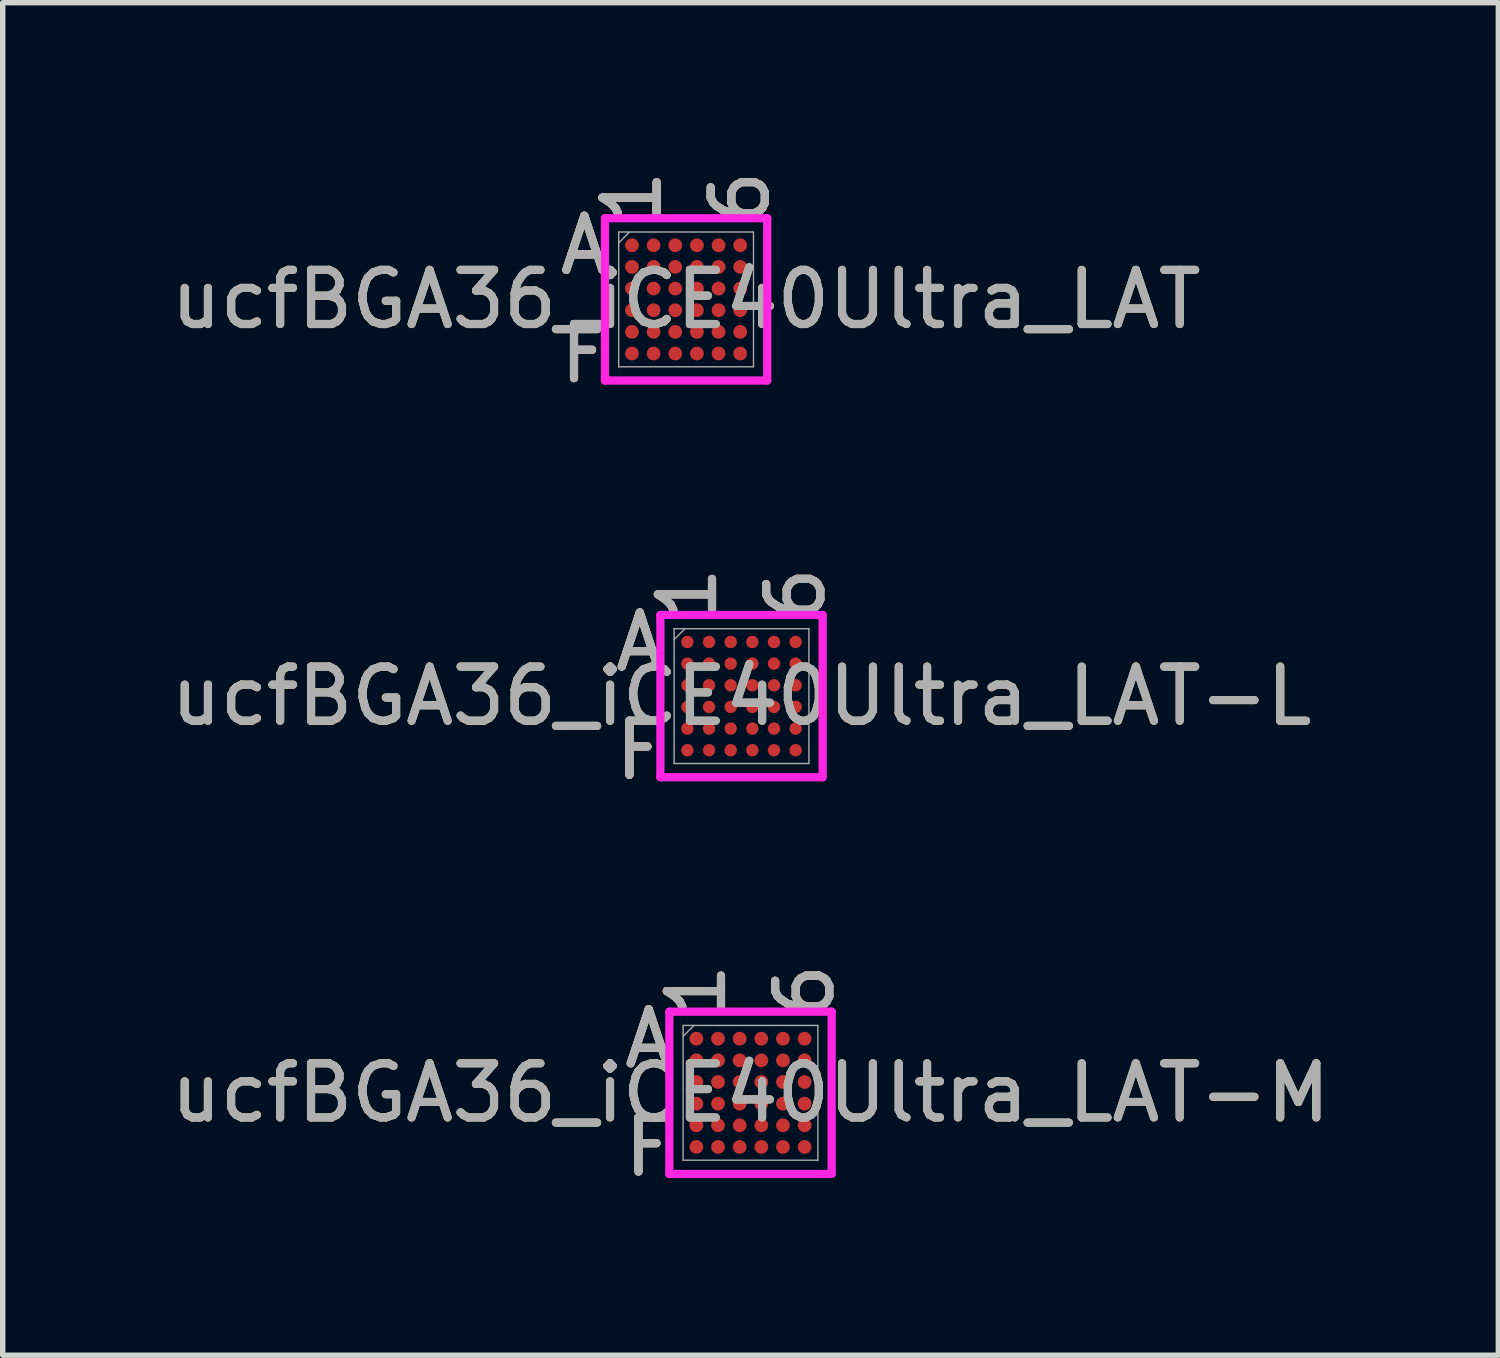
<source format=kicad_pcb>
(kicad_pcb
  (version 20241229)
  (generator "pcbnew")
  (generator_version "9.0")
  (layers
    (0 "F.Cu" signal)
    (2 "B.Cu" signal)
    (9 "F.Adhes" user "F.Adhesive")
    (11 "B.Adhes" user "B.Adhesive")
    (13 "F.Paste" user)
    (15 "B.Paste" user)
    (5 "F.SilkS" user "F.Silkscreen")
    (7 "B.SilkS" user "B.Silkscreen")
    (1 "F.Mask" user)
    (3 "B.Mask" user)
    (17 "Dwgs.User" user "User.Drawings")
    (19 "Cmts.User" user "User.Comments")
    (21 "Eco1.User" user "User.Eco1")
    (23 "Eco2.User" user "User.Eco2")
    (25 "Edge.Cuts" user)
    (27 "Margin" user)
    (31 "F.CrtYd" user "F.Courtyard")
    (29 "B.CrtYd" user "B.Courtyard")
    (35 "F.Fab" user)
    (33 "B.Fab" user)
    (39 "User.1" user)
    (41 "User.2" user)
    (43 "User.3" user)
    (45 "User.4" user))
  (footprint "ucfBGA36_iCE40Ultra_LAT-L"
    (layer "F.Cu")
    (at 10.649 9.81)
    (property "Reference" "ucfBGA36_iCE40Ultra_LAT-L" (at 0 0 0) (unlocked yes) (layer "F.SilkS") (effects (font (size 1 1) (thickness 0.15))))
    (attr smd)
    (fp_poly (pts (xy -1.645 -1.645) (xy 1.645 -1.645) (xy 1.645 1.645) (xy -1.645 1.645)) (stroke (width 0.1) (type solid)) (fill no) (layer "Eco2.User"))
    (fp_line (start -1.499 -1.499) (end 1.499 -1.499) (stroke (width 0.152) (type solid)) (layer "F.CrtYd"))
    (fp_line (start -1.499 1.499) (end -1.499 -1.499) (stroke (width 0.152) (type solid)) (layer "F.CrtYd"))
    (fp_line (start 1.499 -1.499) (end 1.499 1.499) (stroke (width 0.152) (type solid)) (layer "F.CrtYd"))
    (fp_line (start 1.499 1.499) (end -1.499 1.499) (stroke (width 0.152) (type solid)) (layer "F.CrtYd"))
    (fp_line (start -1.245 -1.245) (end -1.245 1.245) (stroke (width 0.025) (type solid)) (layer "F.Fab"))
    (fp_line (start -1.245 1.245) (end 1.245 1.245) (stroke (width 0.025) (type solid)) (layer "F.Fab"))
    (fp_line (start -1.045 -1.245) (end -1.245 -1.045) (stroke (width 0.025) (type solid)) (layer "F.Fab"))
    (fp_line (start 1.245 -1.245) (end -1.245 -1.245) (stroke (width 0.025) (type solid)) (layer "F.Fab"))
    (fp_line (start 1.245 1.245) (end 1.245 -1.245) (stroke (width 0.025) (type solid)) (layer "F.Fab"))
    (fp_text user "A" (at -1.88 -1 0) (unlocked yes) (layer "F.SilkS") (effects (font (size 1 1) (thickness 0.15))))
    (fp_text user "6" (at 1 -1.88 90) (unlocked yes) (layer "F.SilkS") (effects (font (size 1 1) (thickness 0.15))))
    (fp_text user "F" (at -1.88 1 0) (unlocked yes) (layer "F.SilkS") (effects (font (size 1 1) (thickness 0.15))))
    (fp_text user "1" (at -1 -1.88 90) (unlocked yes) (layer "F.SilkS") (effects (font (size 1 1) (thickness 0.15))))
    (fp_text user "F" (at -1.88 1 0) (unlocked yes) (layer "B.SilkS") (effects (font (size 1 1) (thickness 0.15))))
    (fp_text user "6" (at 1 -1.88 90) (unlocked yes) (layer "B.SilkS") (effects (font (size 1 1) (thickness 0.15))))
    (fp_text user "A" (at -1.88 -1 0) (unlocked yes) (layer "B.SilkS") (effects (font (size 1 1) (thickness 0.15))))
    (fp_text user "1" (at -1 -1.88 90) (unlocked yes) (layer "B.SilkS") (effects (font (size 1 1) (thickness 0.15))))
    (fp_text user "F" (at -1.88 1 0) (unlocked yes) (layer "F.Fab") (effects (font (size 1 1) (thickness 0.15))))
    (fp_text user "A" (at -1.88 -1 0) (unlocked yes) (layer "F.Fab") (effects (font (size 1 1) (thickness 0.15))))
    (fp_text user "1" (at -1 -1.88 90) (unlocked yes) (layer "F.Fab") (effects (font (size 1 1) (thickness 0.15))))
    (fp_text user "6" (at 1 -1.88 90) (unlocked yes) (layer "F.Fab") (effects (font (size 1 1) (thickness 0.15))))
    (fp_text user "${REFERENCE}" (at 0 0 0) (unlocked yes) (layer "F.Fab") (effects (font (size 1 1) (thickness 0.15))))
    (pad "A1" smd circle (at -1 -1) (size 0.229 0.229) (layers "F.Cu" "F.Mask" "F.Paste"))
    (pad "A2" smd circle (at -0.6 -1) (size 0.229 0.229) (layers "F.Cu" "F.Mask" "F.Paste"))
    (pad "A3" smd circle (at -0.2 -1) (size 0.229 0.229) (layers "F.Cu" "F.Mask" "F.Paste"))
    (pad "A4" smd circle (at 0.2 -1) (size 0.229 0.229) (layers "F.Cu" "F.Mask" "F.Paste"))
    (pad "A5" smd circle (at 0.6 -1) (size 0.229 0.229) (layers "F.Cu" "F.Mask" "F.Paste"))
    (pad "A6" smd circle (at 1 -1) (size 0.229 0.229) (layers "F.Cu" "F.Mask" "F.Paste"))
    (pad "B1" smd circle (at -1 -0.6) (size 0.229 0.229) (layers "F.Cu" "F.Mask" "F.Paste"))
    (pad "B2" smd circle (at -0.6 -0.6) (size 0.229 0.229) (layers "F.Cu" "F.Mask" "F.Paste"))
    (pad "B3" smd circle (at -0.2 -0.6) (size 0.229 0.229) (layers "F.Cu" "F.Mask" "F.Paste"))
    (pad "B4" smd circle (at 0.2 -0.6) (size 0.229 0.229) (layers "F.Cu" "F.Mask" "F.Paste"))
    (pad "B5" smd circle (at 0.6 -0.6) (size 0.229 0.229) (layers "F.Cu" "F.Mask" "F.Paste"))
    (pad "B6" smd circle (at 1 -0.6) (size 0.229 0.229) (layers "F.Cu" "F.Mask" "F.Paste"))
    (pad "C1" smd circle (at -1 -0.2) (size 0.229 0.229) (layers "F.Cu" "F.Mask" "F.Paste"))
    (pad "C2" smd circle (at -0.6 -0.2) (size 0.229 0.229) (layers "F.Cu" "F.Mask" "F.Paste"))
    (pad "C3" smd circle (at -0.2 -0.2) (size 0.229 0.229) (layers "F.Cu" "F.Mask" "F.Paste"))
    (pad "C4" smd circle (at 0.2 -0.2) (size 0.229 0.229) (layers "F.Cu" "F.Mask" "F.Paste"))
    (pad "C5" smd circle (at 0.6 -0.2) (size 0.229 0.229) (layers "F.Cu" "F.Mask" "F.Paste"))
    (pad "C6" smd circle (at 1 -0.2) (size 0.229 0.229) (layers "F.Cu" "F.Mask" "F.Paste"))
    (pad "D1" smd circle (at -1 0.2) (size 0.229 0.229) (layers "F.Cu" "F.Mask" "F.Paste"))
    (pad "D2" smd circle (at -0.6 0.2) (size 0.229 0.229) (layers "F.Cu" "F.Mask" "F.Paste"))
    (pad "D3" smd circle (at -0.2 0.2) (size 0.229 0.229) (layers "F.Cu" "F.Mask" "F.Paste"))
    (pad "D4" smd circle (at 0.2 0.2) (size 0.229 0.229) (layers "F.Cu" "F.Mask" "F.Paste"))
    (pad "D5" smd circle (at 0.6 0.2) (size 0.229 0.229) (layers "F.Cu" "F.Mask" "F.Paste"))
    (pad "D6" smd circle (at 1 0.2) (size 0.229 0.229) (layers "F.Cu" "F.Mask" "F.Paste"))
    (pad "E1" smd circle (at -1 0.6) (size 0.229 0.229) (layers "F.Cu" "F.Mask" "F.Paste"))
    (pad "E2" smd circle (at -0.6 0.6) (size 0.229 0.229) (layers "F.Cu" "F.Mask" "F.Paste"))
    (pad "E3" smd circle (at -0.2 0.6) (size 0.229 0.229) (layers "F.Cu" "F.Mask" "F.Paste"))
    (pad "E4" smd circle (at 0.2 0.6) (size 0.229 0.229) (layers "F.Cu" "F.Mask" "F.Paste"))
    (pad "E5" smd circle (at 0.6 0.6) (size 0.229 0.229) (layers "F.Cu" "F.Mask" "F.Paste"))
    (pad "E6" smd circle (at 1 0.6) (size 0.229 0.229) (layers "F.Cu" "F.Mask" "F.Paste"))
    (pad "F1" smd circle (at -1 1) (size 0.229 0.229) (layers "F.Cu" "F.Mask" "F.Paste"))
    (pad "F2" smd circle (at -0.6 1) (size 0.229 0.229) (layers "F.Cu" "F.Mask" "F.Paste"))
    (pad "F3" smd circle (at -0.2 1) (size 0.229 0.229) (layers "F.Cu" "F.Mask" "F.Paste"))
    (pad "F4" smd circle (at 0.2 1) (size 0.229 0.229) (layers "F.Cu" "F.Mask" "F.Paste"))
    (pad "F5" smd circle (at 0.6 1) (size 0.229 0.229) (layers "F.Cu" "F.Mask" "F.Paste"))
    (pad "F6" smd circle (at 1 1) (size 0.229 0.229) (layers "F.Cu" "F.Mask" "F.Paste")))
  (footprint "ucfBGA36_iCE40Ultra_LAT"
    (layer "F.Cu")
    (at 9.625 2.481)
    (property "Reference" "ucfBGA36_iCE40Ultra_LAT" (at 0 0 0) (unlocked yes) (layer "F.SilkS") (effects (font (size 1 1) (thickness 0.15))))
    (attr smd)
    (fp_line (start -1.499 -1.499) (end 1.499 -1.499) (stroke (width 0.152) (type solid)) (layer "F.CrtYd"))
    (fp_line (start -1.499 1.499) (end -1.499 -1.499) (stroke (width 0.152) (type solid)) (layer "F.CrtYd"))
    (fp_line (start 1.499 -1.499) (end 1.499 1.499) (stroke (width 0.152) (type solid)) (layer "F.CrtYd"))
    (fp_line (start 1.499 1.499) (end -1.499 1.499) (stroke (width 0.152) (type solid)) (layer "F.CrtYd"))
    (fp_line (start -1.245 -1.245) (end -1.245 1.245) (stroke (width 0.025) (type solid)) (layer "F.Fab"))
    (fp_line (start -1.245 1.245) (end 1.245 1.245) (stroke (width 0.025) (type solid)) (layer "F.Fab"))
    (fp_line (start -1.045 -1.245) (end -1.245 -1.045) (stroke (width 0.025) (type solid)) (layer "F.Fab"))
    (fp_line (start 1.245 -1.245) (end -1.245 -1.245) (stroke (width 0.025) (type solid)) (layer "F.Fab"))
    (fp_line (start 1.245 1.245) (end 1.245 -1.245) (stroke (width 0.025) (type solid)) (layer "F.Fab"))
    (fp_text user "1" (at -1 -1.88 90) (unlocked yes) (layer "F.SilkS") (effects (font (size 1 1) (thickness 0.15))))
    (fp_text user "F" (at -1.88 1 0) (unlocked yes) (layer "F.SilkS") (effects (font (size 1 1) (thickness 0.15))))
    (fp_text user "A" (at -1.88 -1 0) (unlocked yes) (layer "F.SilkS") (effects (font (size 1 1) (thickness 0.15))))
    (fp_text user "6" (at 1 -1.88 90) (unlocked yes) (layer "F.SilkS") (effects (font (size 1 1) (thickness 0.15))))
    (fp_text user "F" (at -1.88 1 0) (unlocked yes) (layer "B.SilkS") (effects (font (size 1 1) (thickness 0.15))))
    (fp_text user "1" (at -1 -1.88 90) (unlocked yes) (layer "B.SilkS") (effects (font (size 1 1) (thickness 0.15))))
    (fp_text user "A" (at -1.88 -1 0) (unlocked yes) (layer "B.SilkS") (effects (font (size 1 1) (thickness 0.15))))
    (fp_text user "6" (at 1 -1.88 90) (unlocked yes) (layer "B.SilkS") (effects (font (size 1 1) (thickness 0.15))))
    (fp_text user "6" (at 1 -1.88 90) (unlocked yes) (layer "F.Fab") (effects (font (size 1 1) (thickness 0.15))))
    (fp_text user "${REFERENCE}" (at 0 0 0) (unlocked yes) (layer "F.Fab") (effects (font (size 1 1) (thickness 0.15))))
    (fp_text user "A" (at -1.88 -1 0) (unlocked yes) (layer "F.Fab") (effects (font (size 1 1) (thickness 0.15))))
    (fp_text user "F" (at -1.88 1 0) (unlocked yes) (layer "F.Fab") (effects (font (size 1 1) (thickness 0.15))))
    (fp_text user "1" (at -1 -1.88 90) (unlocked yes) (layer "F.Fab") (effects (font (size 1 1) (thickness 0.15))))
    (pad "A1" smd circle (at -1 -1) (size 0.254 0.254) (layers "F.Cu" "F.Mask" "F.Paste"))
    (pad "A2" smd circle (at -0.6 -1) (size 0.254 0.254) (layers "F.Cu" "F.Mask" "F.Paste"))
    (pad "A3" smd circle (at -0.2 -1) (size 0.254 0.254) (layers "F.Cu" "F.Mask" "F.Paste"))
    (pad "A4" smd circle (at 0.2 -1) (size 0.254 0.254) (layers "F.Cu" "F.Mask" "F.Paste"))
    (pad "A5" smd circle (at 0.6 -1) (size 0.254 0.254) (layers "F.Cu" "F.Mask" "F.Paste"))
    (pad "A6" smd circle (at 1 -1) (size 0.254 0.254) (layers "F.Cu" "F.Mask" "F.Paste"))
    (pad "B1" smd circle (at -1 -0.6) (size 0.254 0.254) (layers "F.Cu" "F.Mask" "F.Paste"))
    (pad "B2" smd circle (at -0.6 -0.6) (size 0.254 0.254) (layers "F.Cu" "F.Mask" "F.Paste"))
    (pad "B3" smd circle (at -0.2 -0.6) (size 0.254 0.254) (layers "F.Cu" "F.Mask" "F.Paste"))
    (pad "B4" smd circle (at 0.2 -0.6) (size 0.254 0.254) (layers "F.Cu" "F.Mask" "F.Paste"))
    (pad "B5" smd circle (at 0.6 -0.6) (size 0.254 0.254) (layers "F.Cu" "F.Mask" "F.Paste"))
    (pad "B6" smd circle (at 1 -0.6) (size 0.254 0.254) (layers "F.Cu" "F.Mask" "F.Paste"))
    (pad "C1" smd circle (at -1 -0.2) (size 0.254 0.254) (layers "F.Cu" "F.Mask" "F.Paste"))
    (pad "C2" smd circle (at -0.6 -0.2) (size 0.254 0.254) (layers "F.Cu" "F.Mask" "F.Paste"))
    (pad "C3" smd circle (at -0.2 -0.2) (size 0.254 0.254) (layers "F.Cu" "F.Mask" "F.Paste"))
    (pad "C4" smd circle (at 0.2 -0.2) (size 0.254 0.254) (layers "F.Cu" "F.Mask" "F.Paste"))
    (pad "C5" smd circle (at 0.6 -0.2) (size 0.254 0.254) (layers "F.Cu" "F.Mask" "F.Paste"))
    (pad "C6" smd circle (at 1 -0.2) (size 0.254 0.254) (layers "F.Cu" "F.Mask" "F.Paste"))
    (pad "D1" smd circle (at -1 0.2) (size 0.254 0.254) (layers "F.Cu" "F.Mask" "F.Paste"))
    (pad "D2" smd circle (at -0.6 0.2) (size 0.254 0.254) (layers "F.Cu" "F.Mask" "F.Paste"))
    (pad "D3" smd circle (at -0.2 0.2) (size 0.254 0.254) (layers "F.Cu" "F.Mask" "F.Paste"))
    (pad "D4" smd circle (at 0.2 0.2) (size 0.254 0.254) (layers "F.Cu" "F.Mask" "F.Paste"))
    (pad "D5" smd circle (at 0.6 0.2) (size 0.254 0.254) (layers "F.Cu" "F.Mask" "F.Paste"))
    (pad "D6" smd circle (at 1 0.2) (size 0.254 0.254) (layers "F.Cu" "F.Mask" "F.Paste"))
    (pad "E1" smd circle (at -1 0.6) (size 0.254 0.254) (layers "F.Cu" "F.Mask" "F.Paste"))
    (pad "E2" smd circle (at -0.6 0.6) (size 0.254 0.254) (layers "F.Cu" "F.Mask" "F.Paste"))
    (pad "E3" smd circle (at -0.2 0.6) (size 0.254 0.254) (layers "F.Cu" "F.Mask" "F.Paste"))
    (pad "E4" smd circle (at 0.2 0.6) (size 0.254 0.254) (layers "F.Cu" "F.Mask" "F.Paste"))
    (pad "E5" smd circle (at 0.6 0.6) (size 0.254 0.254) (layers "F.Cu" "F.Mask" "F.Paste"))
    (pad "E6" smd circle (at 1 0.6) (size 0.254 0.254) (layers "F.Cu" "F.Mask" "F.Paste"))
    (pad "F1" smd circle (at -1 1) (size 0.254 0.254) (layers "F.Cu" "F.Mask" "F.Paste"))
    (pad "F2" smd circle (at -0.6 1) (size 0.254 0.254) (layers "F.Cu" "F.Mask" "F.Paste"))
    (pad "F3" smd circle (at -0.2 1) (size 0.254 0.254) (layers "F.Cu" "F.Mask" "F.Paste"))
    (pad "F4" smd circle (at 0.2 1) (size 0.254 0.254) (layers "F.Cu" "F.Mask" "F.Paste"))
    (pad "F5" smd circle (at 0.6 1) (size 0.254 0.254) (layers "F.Cu" "F.Mask" "F.Paste"))
    (pad "F6" smd circle (at 1 1) (size 0.254 0.254) (layers "F.Cu" "F.Mask" "F.Paste")))
  (footprint "ucfBGA36_iCE40Ultra_LAT-M"
    (layer "F.Cu")
    (at 10.815 17.139)
    (property "Reference" "ucfBGA36_iCE40Ultra_LAT-M" (at 0 0 0) (unlocked yes) (layer "F.SilkS") (effects (font (size 1 1) (thickness 0.15))))
    (attr smd)
    (fp_poly (pts (xy -1.645 -1.645) (xy 1.645 -1.645) (xy 1.645 1.645) (xy -1.645 1.645)) (stroke (width 0.1) (type solid)) (fill no) (layer "Eco2.User"))
    (fp_line (start -1.499 -1.499) (end 1.499 -1.499) (stroke (width 0.152) (type solid)) (layer "F.CrtYd"))
    (fp_line (start -1.499 1.499) (end -1.499 -1.499) (stroke (width 0.152) (type solid)) (layer "F.CrtYd"))
    (fp_line (start 1.499 -1.499) (end 1.499 1.499) (stroke (width 0.152) (type solid)) (layer "F.CrtYd"))
    (fp_line (start 1.499 1.499) (end -1.499 1.499) (stroke (width 0.152) (type solid)) (layer "F.CrtYd"))
    (fp_line (start -1.245 -1.245) (end -1.245 1.245) (stroke (width 0.025) (type solid)) (layer "F.Fab"))
    (fp_line (start -1.245 1.245) (end 1.245 1.245) (stroke (width 0.025) (type solid)) (layer "F.Fab"))
    (fp_line (start -1.045 -1.245) (end -1.245 -1.045) (stroke (width 0.025) (type solid)) (layer "F.Fab"))
    (fp_line (start 1.245 -1.245) (end -1.245 -1.245) (stroke (width 0.025) (type solid)) (layer "F.Fab"))
    (fp_line (start 1.245 1.245) (end 1.245 -1.245) (stroke (width 0.025) (type solid)) (layer "F.Fab"))
    (fp_text user "A" (at -1.88 -1 0) (unlocked yes) (layer "F.SilkS") (effects (font (size 1 1) (thickness 0.15))))
    (fp_text user "6" (at 1 -1.88 90) (unlocked yes) (layer "F.SilkS") (effects (font (size 1 1) (thickness 0.15))))
    (fp_text user "1" (at -1 -1.88 90) (unlocked yes) (layer "F.SilkS") (effects (font (size 1 1) (thickness 0.15))))
    (fp_text user "F" (at -1.88 1 0) (unlocked yes) (layer "F.SilkS") (effects (font (size 1 1) (thickness 0.15))))
    (fp_text user "A" (at -1.88 -1 0) (unlocked yes) (layer "B.SilkS") (effects (font (size 1 1) (thickness 0.15))))
    (fp_text user "6" (at 1 -1.88 90) (unlocked yes) (layer "B.SilkS") (effects (font (size 1 1) (thickness 0.15))))
    (fp_text user "1" (at -1 -1.88 90) (unlocked yes) (layer "B.SilkS") (effects (font (size 1 1) (thickness 0.15))))
    (fp_text user "F" (at -1.88 1 0) (unlocked yes) (layer "B.SilkS") (effects (font (size 1 1) (thickness 0.15))))
    (fp_text user "F" (at -1.88 1 0) (unlocked yes) (layer "F.Fab") (effects (font (size 1 1) (thickness 0.15))))
    (fp_text user "${REFERENCE}" (at 0 0 0) (unlocked yes) (layer "F.Fab") (effects (font (size 1 1) (thickness 0.15))))
    (fp_text user "6" (at 1 -1.88 90) (unlocked yes) (layer "F.Fab") (effects (font (size 1 1) (thickness 0.15))))
    (fp_text user "1" (at -1 -1.88 90) (unlocked yes) (layer "F.Fab") (effects (font (size 1 1) (thickness 0.15))))
    (fp_text user "A" (at -1.88 -1 0) (unlocked yes) (layer "F.Fab") (effects (font (size 1 1) (thickness 0.15))))
    (pad "A1" smd circle (at -1 -1) (size 0.254 0.254) (layers "F.Cu" "F.Mask" "F.Paste"))
    (pad "A2" smd circle (at -0.6 -1) (size 0.254 0.254) (layers "F.Cu" "F.Mask" "F.Paste"))
    (pad "A3" smd circle (at -0.2 -1) (size 0.254 0.254) (layers "F.Cu" "F.Mask" "F.Paste"))
    (pad "A4" smd circle (at 0.2 -1) (size 0.254 0.254) (layers "F.Cu" "F.Mask" "F.Paste"))
    (pad "A5" smd circle (at 0.6 -1) (size 0.254 0.254) (layers "F.Cu" "F.Mask" "F.Paste"))
    (pad "A6" smd circle (at 1 -1) (size 0.254 0.254) (layers "F.Cu" "F.Mask" "F.Paste"))
    (pad "B1" smd circle (at -1 -0.6) (size 0.254 0.254) (layers "F.Cu" "F.Mask" "F.Paste"))
    (pad "B2" smd circle (at -0.6 -0.6) (size 0.254 0.254) (layers "F.Cu" "F.Mask" "F.Paste"))
    (pad "B3" smd circle (at -0.2 -0.6) (size 0.254 0.254) (layers "F.Cu" "F.Mask" "F.Paste"))
    (pad "B4" smd circle (at 0.2 -0.6) (size 0.254 0.254) (layers "F.Cu" "F.Mask" "F.Paste"))
    (pad "B5" smd circle (at 0.6 -0.6) (size 0.254 0.254) (layers "F.Cu" "F.Mask" "F.Paste"))
    (pad "B6" smd circle (at 1 -0.6) (size 0.254 0.254) (layers "F.Cu" "F.Mask" "F.Paste"))
    (pad "C1" smd circle (at -1 -0.2) (size 0.254 0.254) (layers "F.Cu" "F.Mask" "F.Paste"))
    (pad "C2" smd circle (at -0.6 -0.2) (size 0.254 0.254) (layers "F.Cu" "F.Mask" "F.Paste"))
    (pad "C3" smd circle (at -0.2 -0.2) (size 0.254 0.254) (layers "F.Cu" "F.Mask" "F.Paste"))
    (pad "C4" smd circle (at 0.2 -0.2) (size 0.254 0.254) (layers "F.Cu" "F.Mask" "F.Paste"))
    (pad "C5" smd circle (at 0.6 -0.2) (size 0.254 0.254) (layers "F.Cu" "F.Mask" "F.Paste"))
    (pad "C6" smd circle (at 1 -0.2) (size 0.254 0.254) (layers "F.Cu" "F.Mask" "F.Paste"))
    (pad "D1" smd circle (at -1 0.2) (size 0.254 0.254) (layers "F.Cu" "F.Mask" "F.Paste"))
    (pad "D2" smd circle (at -0.6 0.2) (size 0.254 0.254) (layers "F.Cu" "F.Mask" "F.Paste"))
    (pad "D3" smd circle (at -0.2 0.2) (size 0.254 0.254) (layers "F.Cu" "F.Mask" "F.Paste"))
    (pad "D4" smd circle (at 0.2 0.2) (size 0.254 0.254) (layers "F.Cu" "F.Mask" "F.Paste"))
    (pad "D5" smd circle (at 0.6 0.2) (size 0.254 0.254) (layers "F.Cu" "F.Mask" "F.Paste"))
    (pad "D6" smd circle (at 1 0.2) (size 0.254 0.254) (layers "F.Cu" "F.Mask" "F.Paste"))
    (pad "E1" smd circle (at -1 0.6) (size 0.254 0.254) (layers "F.Cu" "F.Mask" "F.Paste"))
    (pad "E2" smd circle (at -0.6 0.6) (size 0.254 0.254) (layers "F.Cu" "F.Mask" "F.Paste"))
    (pad "E3" smd circle (at -0.2 0.6) (size 0.254 0.254) (layers "F.Cu" "F.Mask" "F.Paste"))
    (pad "E4" smd circle (at 0.2 0.6) (size 0.254 0.254) (layers "F.Cu" "F.Mask" "F.Paste"))
    (pad "E5" smd circle (at 0.6 0.6) (size 0.254 0.254) (layers "F.Cu" "F.Mask" "F.Paste"))
    (pad "E6" smd circle (at 1 0.6) (size 0.254 0.254) (layers "F.Cu" "F.Mask" "F.Paste"))
    (pad "F1" smd circle (at -1 1) (size 0.254 0.254) (layers "F.Cu" "F.Mask" "F.Paste"))
    (pad "F2" smd circle (at -0.6 1) (size 0.254 0.254) (layers "F.Cu" "F.Mask" "F.Paste"))
    (pad "F3" smd circle (at -0.2 1) (size 0.254 0.254) (layers "F.Cu" "F.Mask" "F.Paste"))
    (pad "F4" smd circle (at 0.2 1) (size 0.254 0.254) (layers "F.Cu" "F.Mask" "F.Paste"))
    (pad "F5" smd circle (at 0.6 1) (size 0.254 0.254) (layers "F.Cu" "F.Mask" "F.Paste"))
    (pad "F6" smd circle (at 1 1) (size 0.254 0.254) (layers "F.Cu" "F.Mask" "F.Paste")))
  (gr_rect
    (start -3 -3)
    (end 24.631 21.987)
    (stroke (width 0.1) (type default))
    (fill no)
    (layer "Edge.Cuts")))
</source>
